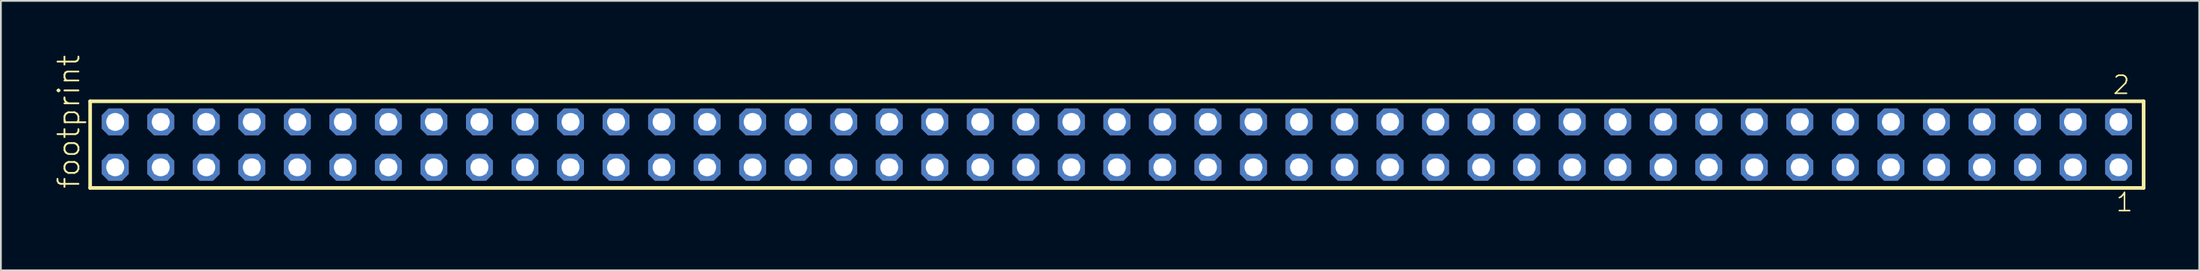
<source format=kicad_pcb>
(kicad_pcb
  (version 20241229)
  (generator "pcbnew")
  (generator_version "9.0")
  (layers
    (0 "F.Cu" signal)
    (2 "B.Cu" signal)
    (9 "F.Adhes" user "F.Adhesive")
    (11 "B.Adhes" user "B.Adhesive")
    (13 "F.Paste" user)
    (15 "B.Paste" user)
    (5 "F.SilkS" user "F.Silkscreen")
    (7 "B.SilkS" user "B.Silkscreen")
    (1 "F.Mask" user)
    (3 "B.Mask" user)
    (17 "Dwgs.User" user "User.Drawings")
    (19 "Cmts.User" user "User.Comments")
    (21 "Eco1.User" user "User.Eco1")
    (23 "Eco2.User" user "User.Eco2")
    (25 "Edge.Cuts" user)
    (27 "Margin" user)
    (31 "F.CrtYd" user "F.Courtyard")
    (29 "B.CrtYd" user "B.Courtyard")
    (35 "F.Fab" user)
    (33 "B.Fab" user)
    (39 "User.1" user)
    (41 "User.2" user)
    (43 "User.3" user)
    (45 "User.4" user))
  (footprint "footprint"
    (layer "F.Cu")
    (at 59.258 5.042)
    (property "Reference" "footprint" (at -57.785 2.54 90) (layer "F.SilkS") (effects (font (size 1.168 1.168) (thickness 0.102)) (justify left bottom)))
    (fp_line (start -57.279 -2.425) (end 57.279 -2.425) (stroke (width 0.203) (type solid)) (layer "F.SilkS"))
    (fp_line (start -57.279 2.425) (end -57.279 -2.425) (stroke (width 0.203) (type solid)) (layer "F.SilkS"))
    (fp_line (start 57.279 -2.425) (end 57.279 2.425) (stroke (width 0.203) (type solid)) (layer "F.SilkS"))
    (fp_line (start 57.279 2.425) (end -57.279 2.425) (stroke (width 0.203) (type solid)) (layer "F.SilkS"))
    (fp_poly (pts (xy -56.23 -0.92) (xy -55.53 -0.92) (xy -55.53 -1.62) (xy -56.23 -1.62)) (stroke (width 0.1) (type solid)) (fill no) (layer "F.Fab"))
    (fp_poly (pts (xy -56.23 1.62) (xy -55.53 1.62) (xy -55.53 0.92) (xy -56.23 0.92)) (stroke (width 0.1) (type solid)) (fill no) (layer "F.Fab"))
    (fp_poly (pts (xy -53.69 -0.92) (xy -52.99 -0.92) (xy -52.99 -1.62) (xy -53.69 -1.62)) (stroke (width 0.1) (type solid)) (fill no) (layer "F.Fab"))
    (fp_poly (pts (xy -53.69 1.62) (xy -52.99 1.62) (xy -52.99 0.92) (xy -53.69 0.92)) (stroke (width 0.1) (type solid)) (fill no) (layer "F.Fab"))
    (fp_poly (pts (xy -51.15 -0.92) (xy -50.45 -0.92) (xy -50.45 -1.62) (xy -51.15 -1.62)) (stroke (width 0.1) (type solid)) (fill no) (layer "F.Fab"))
    (fp_poly (pts (xy -51.15 1.62) (xy -50.45 1.62) (xy -50.45 0.92) (xy -51.15 0.92)) (stroke (width 0.1) (type solid)) (fill no) (layer "F.Fab"))
    (fp_poly (pts (xy -48.61 -0.92) (xy -47.91 -0.92) (xy -47.91 -1.62) (xy -48.61 -1.62)) (stroke (width 0.1) (type solid)) (fill no) (layer "F.Fab"))
    (fp_poly (pts (xy -48.61 1.62) (xy -47.91 1.62) (xy -47.91 0.92) (xy -48.61 0.92)) (stroke (width 0.1) (type solid)) (fill no) (layer "F.Fab"))
    (fp_poly (pts (xy -46.07 -0.92) (xy -45.37 -0.92) (xy -45.37 -1.62) (xy -46.07 -1.62)) (stroke (width 0.1) (type solid)) (fill no) (layer "F.Fab"))
    (fp_poly (pts (xy -46.07 1.62) (xy -45.37 1.62) (xy -45.37 0.92) (xy -46.07 0.92)) (stroke (width 0.1) (type solid)) (fill no) (layer "F.Fab"))
    (fp_poly (pts (xy -43.53 -0.92) (xy -42.83 -0.92) (xy -42.83 -1.62) (xy -43.53 -1.62)) (stroke (width 0.1) (type solid)) (fill no) (layer "F.Fab"))
    (fp_poly (pts (xy -43.53 1.62) (xy -42.83 1.62) (xy -42.83 0.92) (xy -43.53 0.92)) (stroke (width 0.1) (type solid)) (fill no) (layer "F.Fab"))
    (fp_poly (pts (xy -40.99 -0.92) (xy -40.29 -0.92) (xy -40.29 -1.62) (xy -40.99 -1.62)) (stroke (width 0.1) (type solid)) (fill no) (layer "F.Fab"))
    (fp_poly (pts (xy -40.99 1.62) (xy -40.29 1.62) (xy -40.29 0.92) (xy -40.99 0.92)) (stroke (width 0.1) (type solid)) (fill no) (layer "F.Fab"))
    (fp_poly (pts (xy -38.45 -0.92) (xy -37.75 -0.92) (xy -37.75 -1.62) (xy -38.45 -1.62)) (stroke (width 0.1) (type solid)) (fill no) (layer "F.Fab"))
    (fp_poly (pts (xy -38.45 1.62) (xy -37.75 1.62) (xy -37.75 0.92) (xy -38.45 0.92)) (stroke (width 0.1) (type solid)) (fill no) (layer "F.Fab"))
    (fp_poly (pts (xy -35.91 -0.92) (xy -35.21 -0.92) (xy -35.21 -1.62) (xy -35.91 -1.62)) (stroke (width 0.1) (type solid)) (fill no) (layer "F.Fab"))
    (fp_poly (pts (xy -35.91 1.62) (xy -35.21 1.62) (xy -35.21 0.92) (xy -35.91 0.92)) (stroke (width 0.1) (type solid)) (fill no) (layer "F.Fab"))
    (fp_poly (pts (xy -33.37 -0.92) (xy -32.67 -0.92) (xy -32.67 -1.62) (xy -33.37 -1.62)) (stroke (width 0.1) (type solid)) (fill no) (layer "F.Fab"))
    (fp_poly (pts (xy -33.37 1.62) (xy -32.67 1.62) (xy -32.67 0.92) (xy -33.37 0.92)) (stroke (width 0.1) (type solid)) (fill no) (layer "F.Fab"))
    (fp_poly (pts (xy -30.83 -0.92) (xy -30.13 -0.92) (xy -30.13 -1.62) (xy -30.83 -1.62)) (stroke (width 0.1) (type solid)) (fill no) (layer "F.Fab"))
    (fp_poly (pts (xy -30.83 1.62) (xy -30.13 1.62) (xy -30.13 0.92) (xy -30.83 0.92)) (stroke (width 0.1) (type solid)) (fill no) (layer "F.Fab"))
    (fp_poly (pts (xy -28.29 -0.92) (xy -27.59 -0.92) (xy -27.59 -1.62) (xy -28.29 -1.62)) (stroke (width 0.1) (type solid)) (fill no) (layer "F.Fab"))
    (fp_poly (pts (xy -28.29 1.62) (xy -27.59 1.62) (xy -27.59 0.92) (xy -28.29 0.92)) (stroke (width 0.1) (type solid)) (fill no) (layer "F.Fab"))
    (fp_poly (pts (xy -25.75 -0.92) (xy -25.05 -0.92) (xy -25.05 -1.62) (xy -25.75 -1.62)) (stroke (width 0.1) (type solid)) (fill no) (layer "F.Fab"))
    (fp_poly (pts (xy -25.75 1.62) (xy -25.05 1.62) (xy -25.05 0.92) (xy -25.75 0.92)) (stroke (width 0.1) (type solid)) (fill no) (layer "F.Fab"))
    (fp_poly (pts (xy -23.21 -0.92) (xy -22.51 -0.92) (xy -22.51 -1.62) (xy -23.21 -1.62)) (stroke (width 0.1) (type solid)) (fill no) (layer "F.Fab"))
    (fp_poly (pts (xy -23.21 1.62) (xy -22.51 1.62) (xy -22.51 0.92) (xy -23.21 0.92)) (stroke (width 0.1) (type solid)) (fill no) (layer "F.Fab"))
    (fp_poly (pts (xy -20.67 -0.92) (xy -19.97 -0.92) (xy -19.97 -1.62) (xy -20.67 -1.62)) (stroke (width 0.1) (type solid)) (fill no) (layer "F.Fab"))
    (fp_poly (pts (xy -20.67 1.62) (xy -19.97 1.62) (xy -19.97 0.92) (xy -20.67 0.92)) (stroke (width 0.1) (type solid)) (fill no) (layer "F.Fab"))
    (fp_poly (pts (xy -18.13 -0.92) (xy -17.43 -0.92) (xy -17.43 -1.62) (xy -18.13 -1.62)) (stroke (width 0.1) (type solid)) (fill no) (layer "F.Fab"))
    (fp_poly (pts (xy -18.13 1.62) (xy -17.43 1.62) (xy -17.43 0.92) (xy -18.13 0.92)) (stroke (width 0.1) (type solid)) (fill no) (layer "F.Fab"))
    (fp_poly (pts (xy -15.59 -0.92) (xy -14.89 -0.92) (xy -14.89 -1.62) (xy -15.59 -1.62)) (stroke (width 0.1) (type solid)) (fill no) (layer "F.Fab"))
    (fp_poly (pts (xy -15.59 1.62) (xy -14.89 1.62) (xy -14.89 0.92) (xy -15.59 0.92)) (stroke (width 0.1) (type solid)) (fill no) (layer "F.Fab"))
    (fp_poly (pts (xy -13.05 -0.92) (xy -12.35 -0.92) (xy -12.35 -1.62) (xy -13.05 -1.62)) (stroke (width 0.1) (type solid)) (fill no) (layer "F.Fab"))
    (fp_poly (pts (xy -13.05 1.62) (xy -12.35 1.62) (xy -12.35 0.92) (xy -13.05 0.92)) (stroke (width 0.1) (type solid)) (fill no) (layer "F.Fab"))
    (fp_poly (pts (xy -10.51 -0.92) (xy -9.81 -0.92) (xy -9.81 -1.62) (xy -10.51 -1.62)) (stroke (width 0.1) (type solid)) (fill no) (layer "F.Fab"))
    (fp_poly (pts (xy -10.51 1.62) (xy -9.81 1.62) (xy -9.81 0.92) (xy -10.51 0.92)) (stroke (width 0.1) (type solid)) (fill no) (layer "F.Fab"))
    (fp_poly (pts (xy -7.97 -0.92) (xy -7.27 -0.92) (xy -7.27 -1.62) (xy -7.97 -1.62)) (stroke (width 0.1) (type solid)) (fill no) (layer "F.Fab"))
    (fp_poly (pts (xy -7.97 1.62) (xy -7.27 1.62) (xy -7.27 0.92) (xy -7.97 0.92)) (stroke (width 0.1) (type solid)) (fill no) (layer "F.Fab"))
    (fp_poly (pts (xy -5.43 -0.92) (xy -4.73 -0.92) (xy -4.73 -1.62) (xy -5.43 -1.62)) (stroke (width 0.1) (type solid)) (fill no) (layer "F.Fab"))
    (fp_poly (pts (xy -5.43 1.62) (xy -4.73 1.62) (xy -4.73 0.92) (xy -5.43 0.92)) (stroke (width 0.1) (type solid)) (fill no) (layer "F.Fab"))
    (fp_poly (pts (xy -2.89 -0.92) (xy -2.19 -0.92) (xy -2.19 -1.62) (xy -2.89 -1.62)) (stroke (width 0.1) (type solid)) (fill no) (layer "F.Fab"))
    (fp_poly (pts (xy -2.89 1.62) (xy -2.19 1.62) (xy -2.19 0.92) (xy -2.89 0.92)) (stroke (width 0.1) (type solid)) (fill no) (layer "F.Fab"))
    (fp_poly (pts (xy -0.35 -0.92) (xy 0.35 -0.92) (xy 0.35 -1.62) (xy -0.35 -1.62)) (stroke (width 0.1) (type solid)) (fill no) (layer "F.Fab"))
    (fp_poly (pts (xy -0.35 1.62) (xy 0.35 1.62) (xy 0.35 0.92) (xy -0.35 0.92)) (stroke (width 0.1) (type solid)) (fill no) (layer "F.Fab"))
    (fp_poly (pts (xy 2.19 -0.92) (xy 2.89 -0.92) (xy 2.89 -1.62) (xy 2.19 -1.62)) (stroke (width 0.1) (type solid)) (fill no) (layer "F.Fab"))
    (fp_poly (pts (xy 2.19 1.62) (xy 2.89 1.62) (xy 2.89 0.92) (xy 2.19 0.92)) (stroke (width 0.1) (type solid)) (fill no) (layer "F.Fab"))
    (fp_poly (pts (xy 4.73 -0.92) (xy 5.43 -0.92) (xy 5.43 -1.62) (xy 4.73 -1.62)) (stroke (width 0.1) (type solid)) (fill no) (layer "F.Fab"))
    (fp_poly (pts (xy 4.73 1.62) (xy 5.43 1.62) (xy 5.43 0.92) (xy 4.73 0.92)) (stroke (width 0.1) (type solid)) (fill no) (layer "F.Fab"))
    (fp_poly (pts (xy 7.27 -0.92) (xy 7.97 -0.92) (xy 7.97 -1.62) (xy 7.27 -1.62)) (stroke (width 0.1) (type solid)) (fill no) (layer "F.Fab"))
    (fp_poly (pts (xy 7.27 1.62) (xy 7.97 1.62) (xy 7.97 0.92) (xy 7.27 0.92)) (stroke (width 0.1) (type solid)) (fill no) (layer "F.Fab"))
    (fp_poly (pts (xy 9.81 -0.92) (xy 10.51 -0.92) (xy 10.51 -1.62) (xy 9.81 -1.62)) (stroke (width 0.1) (type solid)) (fill no) (layer "F.Fab"))
    (fp_poly (pts (xy 9.81 1.62) (xy 10.51 1.62) (xy 10.51 0.92) (xy 9.81 0.92)) (stroke (width 0.1) (type solid)) (fill no) (layer "F.Fab"))
    (fp_poly (pts (xy 12.35 -0.92) (xy 13.05 -0.92) (xy 13.05 -1.62) (xy 12.35 -1.62)) (stroke (width 0.1) (type solid)) (fill no) (layer "F.Fab"))
    (fp_poly (pts (xy 12.35 1.62) (xy 13.05 1.62) (xy 13.05 0.92) (xy 12.35 0.92)) (stroke (width 0.1) (type solid)) (fill no) (layer "F.Fab"))
    (fp_poly (pts (xy 14.89 -0.92) (xy 15.59 -0.92) (xy 15.59 -1.62) (xy 14.89 -1.62)) (stroke (width 0.1) (type solid)) (fill no) (layer "F.Fab"))
    (fp_poly (pts (xy 14.89 1.62) (xy 15.59 1.62) (xy 15.59 0.92) (xy 14.89 0.92)) (stroke (width 0.1) (type solid)) (fill no) (layer "F.Fab"))
    (fp_poly (pts (xy 17.43 -0.92) (xy 18.13 -0.92) (xy 18.13 -1.62) (xy 17.43 -1.62)) (stroke (width 0.1) (type solid)) (fill no) (layer "F.Fab"))
    (fp_poly (pts (xy 17.43 1.62) (xy 18.13 1.62) (xy 18.13 0.92) (xy 17.43 0.92)) (stroke (width 0.1) (type solid)) (fill no) (layer "F.Fab"))
    (fp_poly (pts (xy 19.97 -0.92) (xy 20.67 -0.92) (xy 20.67 -1.62) (xy 19.97 -1.62)) (stroke (width 0.1) (type solid)) (fill no) (layer "F.Fab"))
    (fp_poly (pts (xy 19.97 1.62) (xy 20.67 1.62) (xy 20.67 0.92) (xy 19.97 0.92)) (stroke (width 0.1) (type solid)) (fill no) (layer "F.Fab"))
    (fp_poly (pts (xy 22.51 -0.92) (xy 23.21 -0.92) (xy 23.21 -1.62) (xy 22.51 -1.62)) (stroke (width 0.1) (type solid)) (fill no) (layer "F.Fab"))
    (fp_poly (pts (xy 22.51 1.62) (xy 23.21 1.62) (xy 23.21 0.92) (xy 22.51 0.92)) (stroke (width 0.1) (type solid)) (fill no) (layer "F.Fab"))
    (fp_poly (pts (xy 25.05 -0.92) (xy 25.75 -0.92) (xy 25.75 -1.62) (xy 25.05 -1.62)) (stroke (width 0.1) (type solid)) (fill no) (layer "F.Fab"))
    (fp_poly (pts (xy 25.05 1.62) (xy 25.75 1.62) (xy 25.75 0.92) (xy 25.05 0.92)) (stroke (width 0.1) (type solid)) (fill no) (layer "F.Fab"))
    (fp_poly (pts (xy 27.59 -0.92) (xy 28.29 -0.92) (xy 28.29 -1.62) (xy 27.59 -1.62)) (stroke (width 0.1) (type solid)) (fill no) (layer "F.Fab"))
    (fp_poly (pts (xy 27.59 1.62) (xy 28.29 1.62) (xy 28.29 0.92) (xy 27.59 0.92)) (stroke (width 0.1) (type solid)) (fill no) (layer "F.Fab"))
    (fp_poly (pts (xy 30.13 -0.92) (xy 30.83 -0.92) (xy 30.83 -1.62) (xy 30.13 -1.62)) (stroke (width 0.1) (type solid)) (fill no) (layer "F.Fab"))
    (fp_poly (pts (xy 30.13 1.62) (xy 30.83 1.62) (xy 30.83 0.92) (xy 30.13 0.92)) (stroke (width 0.1) (type solid)) (fill no) (layer "F.Fab"))
    (fp_poly (pts (xy 32.67 -0.92) (xy 33.37 -0.92) (xy 33.37 -1.62) (xy 32.67 -1.62)) (stroke (width 0.1) (type solid)) (fill no) (layer "F.Fab"))
    (fp_poly (pts (xy 32.67 1.62) (xy 33.37 1.62) (xy 33.37 0.92) (xy 32.67 0.92)) (stroke (width 0.1) (type solid)) (fill no) (layer "F.Fab"))
    (fp_poly (pts (xy 35.21 -0.92) (xy 35.91 -0.92) (xy 35.91 -1.62) (xy 35.21 -1.62)) (stroke (width 0.1) (type solid)) (fill no) (layer "F.Fab"))
    (fp_poly (pts (xy 35.21 1.62) (xy 35.91 1.62) (xy 35.91 0.92) (xy 35.21 0.92)) (stroke (width 0.1) (type solid)) (fill no) (layer "F.Fab"))
    (fp_poly (pts (xy 37.75 -0.92) (xy 38.45 -0.92) (xy 38.45 -1.62) (xy 37.75 -1.62)) (stroke (width 0.1) (type solid)) (fill no) (layer "F.Fab"))
    (fp_poly (pts (xy 37.75 1.62) (xy 38.45 1.62) (xy 38.45 0.92) (xy 37.75 0.92)) (stroke (width 0.1) (type solid)) (fill no) (layer "F.Fab"))
    (fp_poly (pts (xy 40.29 -0.92) (xy 40.99 -0.92) (xy 40.99 -1.62) (xy 40.29 -1.62)) (stroke (width 0.1) (type solid)) (fill no) (layer "F.Fab"))
    (fp_poly (pts (xy 40.29 1.62) (xy 40.99 1.62) (xy 40.99 0.92) (xy 40.29 0.92)) (stroke (width 0.1) (type solid)) (fill no) (layer "F.Fab"))
    (fp_poly (pts (xy 42.83 -0.92) (xy 43.53 -0.92) (xy 43.53 -1.62) (xy 42.83 -1.62)) (stroke (width 0.1) (type solid)) (fill no) (layer "F.Fab"))
    (fp_poly (pts (xy 42.83 1.62) (xy 43.53 1.62) (xy 43.53 0.92) (xy 42.83 0.92)) (stroke (width 0.1) (type solid)) (fill no) (layer "F.Fab"))
    (fp_poly (pts (xy 45.37 -0.92) (xy 46.07 -0.92) (xy 46.07 -1.62) (xy 45.37 -1.62)) (stroke (width 0.1) (type solid)) (fill no) (layer "F.Fab"))
    (fp_poly (pts (xy 45.37 1.62) (xy 46.07 1.62) (xy 46.07 0.92) (xy 45.37 0.92)) (stroke (width 0.1) (type solid)) (fill no) (layer "F.Fab"))
    (fp_poly (pts (xy 47.91 -0.92) (xy 48.61 -0.92) (xy 48.61 -1.62) (xy 47.91 -1.62)) (stroke (width 0.1) (type solid)) (fill no) (layer "F.Fab"))
    (fp_poly (pts (xy 47.91 1.62) (xy 48.61 1.62) (xy 48.61 0.92) (xy 47.91 0.92)) (stroke (width 0.1) (type solid)) (fill no) (layer "F.Fab"))
    (fp_poly (pts (xy 50.45 -0.92) (xy 51.15 -0.92) (xy 51.15 -1.62) (xy 50.45 -1.62)) (stroke (width 0.1) (type solid)) (fill no) (layer "F.Fab"))
    (fp_poly (pts (xy 50.45 1.62) (xy 51.15 1.62) (xy 51.15 0.92) (xy 50.45 0.92)) (stroke (width 0.1) (type solid)) (fill no) (layer "F.Fab"))
    (fp_poly (pts (xy 52.99 -0.92) (xy 53.69 -0.92) (xy 53.69 -1.62) (xy 52.99 -1.62)) (stroke (width 0.1) (type solid)) (fill no) (layer "F.Fab"))
    (fp_poly (pts (xy 52.99 1.62) (xy 53.69 1.62) (xy 53.69 0.92) (xy 52.99 0.92)) (stroke (width 0.1) (type solid)) (fill no) (layer "F.Fab"))
    (fp_poly (pts (xy 55.53 -0.92) (xy 56.23 -0.92) (xy 56.23 -1.62) (xy 55.53 -1.62)) (stroke (width 0.1) (type solid)) (fill no) (layer "F.Fab"))
    (fp_poly (pts (xy 55.53 1.62) (xy 56.23 1.62) (xy 56.23 0.92) (xy 55.53 0.92)) (stroke (width 0.1) (type solid)) (fill no) (layer "F.Fab"))
    (fp_text user "1" (at 55.672 3.818 0) (layer "F.SilkS") (effects (font (size 1.012 1.012) (thickness 0.088)) (justify left bottom)))
    (fp_text user "2" (at 55.497 -2.744 0) (layer "F.SilkS") (effects (font (size 1.012 1.012) (thickness 0.088)) (justify left bottom)))
    (pad "1" thru_hole roundrect (at 55.88 1.27 180) (size 1.5 1.5) (drill 1) (layers "*.Cu" "*.Mask") (roundrect_rratio 0.25) (chamfer_ratio 0.25) (chamfer top_left top_right bottom_left bottom_right))
    (pad "2" thru_hole roundrect (at 55.88 -1.27 180) (size 1.5 1.5) (drill 1) (layers "*.Cu" "*.Mask") (roundrect_rratio 0.25) (chamfer_ratio 0.25) (chamfer top_left top_right bottom_left bottom_right))
    (pad "3" thru_hole roundrect (at 53.34 1.27 180) (size 1.5 1.5) (drill 1) (layers "*.Cu" "*.Mask") (roundrect_rratio 0.25) (chamfer_ratio 0.25) (chamfer top_left top_right bottom_left bottom_right))
    (pad "4" thru_hole roundrect (at 53.34 -1.27 180) (size 1.5 1.5) (drill 1) (layers "*.Cu" "*.Mask") (roundrect_rratio 0.25) (chamfer_ratio 0.25) (chamfer top_left top_right bottom_left bottom_right))
    (pad "5" thru_hole roundrect (at 50.8 1.27 180) (size 1.5 1.5) (drill 1) (layers "*.Cu" "*.Mask") (roundrect_rratio 0.25) (chamfer_ratio 0.25) (chamfer top_left top_right bottom_left bottom_right))
    (pad "6" thru_hole roundrect (at 50.8 -1.27 180) (size 1.5 1.5) (drill 1) (layers "*.Cu" "*.Mask") (roundrect_rratio 0.25) (chamfer_ratio 0.25) (chamfer top_left top_right bottom_left bottom_right))
    (pad "7" thru_hole roundrect (at 48.26 1.27 180) (size 1.5 1.5) (drill 1) (layers "*.Cu" "*.Mask") (roundrect_rratio 0.25) (chamfer_ratio 0.25) (chamfer top_left top_right bottom_left bottom_right))
    (pad "8" thru_hole roundrect (at 48.26 -1.27 180) (size 1.5 1.5) (drill 1) (layers "*.Cu" "*.Mask") (roundrect_rratio 0.25) (chamfer_ratio 0.25) (chamfer top_left top_right bottom_left bottom_right))
    (pad "9" thru_hole roundrect (at 45.72 1.27 180) (size 1.5 1.5) (drill 1) (layers "*.Cu" "*.Mask") (roundrect_rratio 0.25) (chamfer_ratio 0.25) (chamfer top_left top_right bottom_left bottom_right))
    (pad "10" thru_hole roundrect (at 45.72 -1.27 180) (size 1.5 1.5) (drill 1) (layers "*.Cu" "*.Mask") (roundrect_rratio 0.25) (chamfer_ratio 0.25) (chamfer top_left top_right bottom_left bottom_right))
    (pad "11" thru_hole roundrect (at 43.18 1.27 180) (size 1.5 1.5) (drill 1) (layers "*.Cu" "*.Mask") (roundrect_rratio 0.25) (chamfer_ratio 0.25) (chamfer top_left top_right bottom_left bottom_right))
    (pad "12" thru_hole roundrect (at 43.18 -1.27 180) (size 1.5 1.5) (drill 1) (layers "*.Cu" "*.Mask") (roundrect_rratio 0.25) (chamfer_ratio 0.25) (chamfer top_left top_right bottom_left bottom_right))
    (pad "13" thru_hole roundrect (at 40.64 1.27 180) (size 1.5 1.5) (drill 1) (layers "*.Cu" "*.Mask") (roundrect_rratio 0.25) (chamfer_ratio 0.25) (chamfer top_left top_right bottom_left bottom_right))
    (pad "14" thru_hole roundrect (at 40.64 -1.27 180) (size 1.5 1.5) (drill 1) (layers "*.Cu" "*.Mask") (roundrect_rratio 0.25) (chamfer_ratio 0.25) (chamfer top_left top_right bottom_left bottom_right))
    (pad "15" thru_hole roundrect (at 38.1 1.27 180) (size 1.5 1.5) (drill 1) (layers "*.Cu" "*.Mask") (roundrect_rratio 0.25) (chamfer_ratio 0.25) (chamfer top_left top_right bottom_left bottom_right))
    (pad "16" thru_hole roundrect (at 38.1 -1.27 180) (size 1.5 1.5) (drill 1) (layers "*.Cu" "*.Mask") (roundrect_rratio 0.25) (chamfer_ratio 0.25) (chamfer top_left top_right bottom_left bottom_right))
    (pad "17" thru_hole roundrect (at 35.56 1.27 180) (size 1.5 1.5) (drill 1) (layers "*.Cu" "*.Mask") (roundrect_rratio 0.25) (chamfer_ratio 0.25) (chamfer top_left top_right bottom_left bottom_right))
    (pad "18" thru_hole roundrect (at 35.56 -1.27 180) (size 1.5 1.5) (drill 1) (layers "*.Cu" "*.Mask") (roundrect_rratio 0.25) (chamfer_ratio 0.25) (chamfer top_left top_right bottom_left bottom_right))
    (pad "19" thru_hole roundrect (at 33.02 1.27 180) (size 1.5 1.5) (drill 1) (layers "*.Cu" "*.Mask") (roundrect_rratio 0.25) (chamfer_ratio 0.25) (chamfer top_left top_right bottom_left bottom_right))
    (pad "20" thru_hole roundrect (at 33.02 -1.27 180) (size 1.5 1.5) (drill 1) (layers "*.Cu" "*.Mask") (roundrect_rratio 0.25) (chamfer_ratio 0.25) (chamfer top_left top_right bottom_left bottom_right))
    (pad "21" thru_hole roundrect (at 30.48 1.27 180) (size 1.5 1.5) (drill 1) (layers "*.Cu" "*.Mask") (roundrect_rratio 0.25) (chamfer_ratio 0.25) (chamfer top_left top_right bottom_left bottom_right))
    (pad "22" thru_hole roundrect (at 30.48 -1.27 180) (size 1.5 1.5) (drill 1) (layers "*.Cu" "*.Mask") (roundrect_rratio 0.25) (chamfer_ratio 0.25) (chamfer top_left top_right bottom_left bottom_right))
    (pad "23" thru_hole roundrect (at 27.94 1.27 180) (size 1.5 1.5) (drill 1) (layers "*.Cu" "*.Mask") (roundrect_rratio 0.25) (chamfer_ratio 0.25) (chamfer top_left top_right bottom_left bottom_right))
    (pad "24" thru_hole roundrect (at 27.94 -1.27 180) (size 1.5 1.5) (drill 1) (layers "*.Cu" "*.Mask") (roundrect_rratio 0.25) (chamfer_ratio 0.25) (chamfer top_left top_right bottom_left bottom_right))
    (pad "25" thru_hole roundrect (at 25.4 1.27 180) (size 1.5 1.5) (drill 1) (layers "*.Cu" "*.Mask") (roundrect_rratio 0.25) (chamfer_ratio 0.25) (chamfer top_left top_right bottom_left bottom_right))
    (pad "26" thru_hole roundrect (at 25.4 -1.27 180) (size 1.5 1.5) (drill 1) (layers "*.Cu" "*.Mask") (roundrect_rratio 0.25) (chamfer_ratio 0.25) (chamfer top_left top_right bottom_left bottom_right))
    (pad "27" thru_hole roundrect (at 22.86 1.27 180) (size 1.5 1.5) (drill 1) (layers "*.Cu" "*.Mask") (roundrect_rratio 0.25) (chamfer_ratio 0.25) (chamfer top_left top_right bottom_left bottom_right))
    (pad "28" thru_hole roundrect (at 22.86 -1.27 180) (size 1.5 1.5) (drill 1) (layers "*.Cu" "*.Mask") (roundrect_rratio 0.25) (chamfer_ratio 0.25) (chamfer top_left top_right bottom_left bottom_right))
    (pad "29" thru_hole roundrect (at 20.32 1.27 180) (size 1.5 1.5) (drill 1) (layers "*.Cu" "*.Mask") (roundrect_rratio 0.25) (chamfer_ratio 0.25) (chamfer top_left top_right bottom_left bottom_right))
    (pad "30" thru_hole roundrect (at 20.32 -1.27 180) (size 1.5 1.5) (drill 1) (layers "*.Cu" "*.Mask") (roundrect_rratio 0.25) (chamfer_ratio 0.25) (chamfer top_left top_right bottom_left bottom_right))
    (pad "31" thru_hole roundrect (at 17.78 1.27 180) (size 1.5 1.5) (drill 1) (layers "*.Cu" "*.Mask") (roundrect_rratio 0.25) (chamfer_ratio 0.25) (chamfer top_left top_right bottom_left bottom_right))
    (pad "32" thru_hole roundrect (at 17.78 -1.27 180) (size 1.5 1.5) (drill 1) (layers "*.Cu" "*.Mask") (roundrect_rratio 0.25) (chamfer_ratio 0.25) (chamfer top_left top_right bottom_left bottom_right))
    (pad "33" thru_hole roundrect (at 15.24 1.27 180) (size 1.5 1.5) (drill 1) (layers "*.Cu" "*.Mask") (roundrect_rratio 0.25) (chamfer_ratio 0.25) (chamfer top_left top_right bottom_left bottom_right))
    (pad "34" thru_hole roundrect (at 15.24 -1.27 180) (size 1.5 1.5) (drill 1) (layers "*.Cu" "*.Mask") (roundrect_rratio 0.25) (chamfer_ratio 0.25) (chamfer top_left top_right bottom_left bottom_right))
    (pad "35" thru_hole roundrect (at 12.7 1.27 180) (size 1.5 1.5) (drill 1) (layers "*.Cu" "*.Mask") (roundrect_rratio 0.25) (chamfer_ratio 0.25) (chamfer top_left top_right bottom_left bottom_right))
    (pad "36" thru_hole roundrect (at 12.7 -1.27 180) (size 1.5 1.5) (drill 1) (layers "*.Cu" "*.Mask") (roundrect_rratio 0.25) (chamfer_ratio 0.25) (chamfer top_left top_right bottom_left bottom_right))
    (pad "37" thru_hole roundrect (at 10.16 1.27 180) (size 1.5 1.5) (drill 1) (layers "*.Cu" "*.Mask") (roundrect_rratio 0.25) (chamfer_ratio 0.25) (chamfer top_left top_right bottom_left bottom_right))
    (pad "38" thru_hole roundrect (at 10.16 -1.27 180) (size 1.5 1.5) (drill 1) (layers "*.Cu" "*.Mask") (roundrect_rratio 0.25) (chamfer_ratio 0.25) (chamfer top_left top_right bottom_left bottom_right))
    (pad "39" thru_hole roundrect (at 7.62 1.27 180) (size 1.5 1.5) (drill 1) (layers "*.Cu" "*.Mask") (roundrect_rratio 0.25) (chamfer_ratio 0.25) (chamfer top_left top_right bottom_left bottom_right))
    (pad "40" thru_hole roundrect (at 7.62 -1.27 180) (size 1.5 1.5) (drill 1) (layers "*.Cu" "*.Mask") (roundrect_rratio 0.25) (chamfer_ratio 0.25) (chamfer top_left top_right bottom_left bottom_right))
    (pad "41" thru_hole roundrect (at 5.08 1.27 180) (size 1.5 1.5) (drill 1) (layers "*.Cu" "*.Mask") (roundrect_rratio 0.25) (chamfer_ratio 0.25) (chamfer top_left top_right bottom_left bottom_right))
    (pad "42" thru_hole roundrect (at 5.08 -1.27 180) (size 1.5 1.5) (drill 1) (layers "*.Cu" "*.Mask") (roundrect_rratio 0.25) (chamfer_ratio 0.25) (chamfer top_left top_right bottom_left bottom_right))
    (pad "43" thru_hole roundrect (at 2.54 1.27 180) (size 1.5 1.5) (drill 1) (layers "*.Cu" "*.Mask") (roundrect_rratio 0.25) (chamfer_ratio 0.25) (chamfer top_left top_right bottom_left bottom_right))
    (pad "44" thru_hole roundrect (at 2.54 -1.27 180) (size 1.5 1.5) (drill 1) (layers "*.Cu" "*.Mask") (roundrect_rratio 0.25) (chamfer_ratio 0.25) (chamfer top_left top_right bottom_left bottom_right))
    (pad "45" thru_hole roundrect (at 0 1.27 180) (size 1.5 1.5) (drill 1) (layers "*.Cu" "*.Mask") (roundrect_rratio 0.25) (chamfer_ratio 0.25) (chamfer top_left top_right bottom_left bottom_right))
    (pad "46" thru_hole roundrect (at 0 -1.27 180) (size 1.5 1.5) (drill 1) (layers "*.Cu" "*.Mask") (roundrect_rratio 0.25) (chamfer_ratio 0.25) (chamfer top_left top_right bottom_left bottom_right))
    (pad "47" thru_hole roundrect (at -2.54 1.27 180) (size 1.5 1.5) (drill 1) (layers "*.Cu" "*.Mask") (roundrect_rratio 0.25) (chamfer_ratio 0.25) (chamfer top_left top_right bottom_left bottom_right))
    (pad "48" thru_hole roundrect (at -2.54 -1.27 180) (size 1.5 1.5) (drill 1) (layers "*.Cu" "*.Mask") (roundrect_rratio 0.25) (chamfer_ratio 0.25) (chamfer top_left top_right bottom_left bottom_right))
    (pad "49" thru_hole roundrect (at -5.08 1.27 180) (size 1.5 1.5) (drill 1) (layers "*.Cu" "*.Mask") (roundrect_rratio 0.25) (chamfer_ratio 0.25) (chamfer top_left top_right bottom_left bottom_right))
    (pad "50" thru_hole roundrect (at -5.08 -1.27 180) (size 1.5 1.5) (drill 1) (layers "*.Cu" "*.Mask") (roundrect_rratio 0.25) (chamfer_ratio 0.25) (chamfer top_left top_right bottom_left bottom_right))
    (pad "51" thru_hole roundrect (at -7.62 1.27 180) (size 1.5 1.5) (drill 1) (layers "*.Cu" "*.Mask") (roundrect_rratio 0.25) (chamfer_ratio 0.25) (chamfer top_left top_right bottom_left bottom_right))
    (pad "52" thru_hole roundrect (at -7.62 -1.27 180) (size 1.5 1.5) (drill 1) (layers "*.Cu" "*.Mask") (roundrect_rratio 0.25) (chamfer_ratio 0.25) (chamfer top_left top_right bottom_left bottom_right))
    (pad "53" thru_hole roundrect (at -10.16 1.27 180) (size 1.5 1.5) (drill 1) (layers "*.Cu" "*.Mask") (roundrect_rratio 0.25) (chamfer_ratio 0.25) (chamfer top_left top_right bottom_left bottom_right))
    (pad "54" thru_hole roundrect (at -10.16 -1.27 180) (size 1.5 1.5) (drill 1) (layers "*.Cu" "*.Mask") (roundrect_rratio 0.25) (chamfer_ratio 0.25) (chamfer top_left top_right bottom_left bottom_right))
    (pad "55" thru_hole roundrect (at -12.7 1.27 180) (size 1.5 1.5) (drill 1) (layers "*.Cu" "*.Mask") (roundrect_rratio 0.25) (chamfer_ratio 0.25) (chamfer top_left top_right bottom_left bottom_right))
    (pad "56" thru_hole roundrect (at -12.7 -1.27 180) (size 1.5 1.5) (drill 1) (layers "*.Cu" "*.Mask") (roundrect_rratio 0.25) (chamfer_ratio 0.25) (chamfer top_left top_right bottom_left bottom_right))
    (pad "57" thru_hole roundrect (at -15.24 1.27 180) (size 1.5 1.5) (drill 1) (layers "*.Cu" "*.Mask") (roundrect_rratio 0.25) (chamfer_ratio 0.25) (chamfer top_left top_right bottom_left bottom_right))
    (pad "58" thru_hole roundrect (at -15.24 -1.27 180) (size 1.5 1.5) (drill 1) (layers "*.Cu" "*.Mask") (roundrect_rratio 0.25) (chamfer_ratio 0.25) (chamfer top_left top_right bottom_left bottom_right))
    (pad "59" thru_hole roundrect (at -17.78 1.27 180) (size 1.5 1.5) (drill 1) (layers "*.Cu" "*.Mask") (roundrect_rratio 0.25) (chamfer_ratio 0.25) (chamfer top_left top_right bottom_left bottom_right))
    (pad "60" thru_hole roundrect (at -17.78 -1.27 180) (size 1.5 1.5) (drill 1) (layers "*.Cu" "*.Mask") (roundrect_rratio 0.25) (chamfer_ratio 0.25) (chamfer top_left top_right bottom_left bottom_right))
    (pad "61" thru_hole roundrect (at -20.32 1.27 180) (size 1.5 1.5) (drill 1) (layers "*.Cu" "*.Mask") (roundrect_rratio 0.25) (chamfer_ratio 0.25) (chamfer top_left top_right bottom_left bottom_right))
    (pad "62" thru_hole roundrect (at -20.32 -1.27 180) (size 1.5 1.5) (drill 1) (layers "*.Cu" "*.Mask") (roundrect_rratio 0.25) (chamfer_ratio 0.25) (chamfer top_left top_right bottom_left bottom_right))
    (pad "63" thru_hole roundrect (at -22.86 1.27 180) (size 1.5 1.5) (drill 1) (layers "*.Cu" "*.Mask") (roundrect_rratio 0.25) (chamfer_ratio 0.25) (chamfer top_left top_right bottom_left bottom_right))
    (pad "64" thru_hole roundrect (at -22.86 -1.27 180) (size 1.5 1.5) (drill 1) (layers "*.Cu" "*.Mask") (roundrect_rratio 0.25) (chamfer_ratio 0.25) (chamfer top_left top_right bottom_left bottom_right))
    (pad "65" thru_hole roundrect (at -25.4 1.27 180) (size 1.5 1.5) (drill 1) (layers "*.Cu" "*.Mask") (roundrect_rratio 0.25) (chamfer_ratio 0.25) (chamfer top_left top_right bottom_left bottom_right))
    (pad "66" thru_hole roundrect (at -25.4 -1.27 180) (size 1.5 1.5) (drill 1) (layers "*.Cu" "*.Mask") (roundrect_rratio 0.25) (chamfer_ratio 0.25) (chamfer top_left top_right bottom_left bottom_right))
    (pad "67" thru_hole roundrect (at -27.94 1.27 180) (size 1.5 1.5) (drill 1) (layers "*.Cu" "*.Mask") (roundrect_rratio 0.25) (chamfer_ratio 0.25) (chamfer top_left top_right bottom_left bottom_right))
    (pad "68" thru_hole roundrect (at -27.94 -1.27 180) (size 1.5 1.5) (drill 1) (layers "*.Cu" "*.Mask") (roundrect_rratio 0.25) (chamfer_ratio 0.25) (chamfer top_left top_right bottom_left bottom_right))
    (pad "69" thru_hole roundrect (at -30.48 1.27 180) (size 1.5 1.5) (drill 1) (layers "*.Cu" "*.Mask") (roundrect_rratio 0.25) (chamfer_ratio 0.25) (chamfer top_left top_right bottom_left bottom_right))
    (pad "70" thru_hole roundrect (at -30.48 -1.27 180) (size 1.5 1.5) (drill 1) (layers "*.Cu" "*.Mask") (roundrect_rratio 0.25) (chamfer_ratio 0.25) (chamfer top_left top_right bottom_left bottom_right))
    (pad "71" thru_hole roundrect (at -33.02 1.27 180) (size 1.5 1.5) (drill 1) (layers "*.Cu" "*.Mask") (roundrect_rratio 0.25) (chamfer_ratio 0.25) (chamfer top_left top_right bottom_left bottom_right))
    (pad "72" thru_hole roundrect (at -33.02 -1.27 180) (size 1.5 1.5) (drill 1) (layers "*.Cu" "*.Mask") (roundrect_rratio 0.25) (chamfer_ratio 0.25) (chamfer top_left top_right bottom_left bottom_right))
    (pad "73" thru_hole roundrect (at -35.56 1.27 180) (size 1.5 1.5) (drill 1) (layers "*.Cu" "*.Mask") (roundrect_rratio 0.25) (chamfer_ratio 0.25) (chamfer top_left top_right bottom_left bottom_right))
    (pad "74" thru_hole roundrect (at -35.56 -1.27 180) (size 1.5 1.5) (drill 1) (layers "*.Cu" "*.Mask") (roundrect_rratio 0.25) (chamfer_ratio 0.25) (chamfer top_left top_right bottom_left bottom_right))
    (pad "75" thru_hole roundrect (at -38.1 1.27 180) (size 1.5 1.5) (drill 1) (layers "*.Cu" "*.Mask") (roundrect_rratio 0.25) (chamfer_ratio 0.25) (chamfer top_left top_right bottom_left bottom_right))
    (pad "76" thru_hole roundrect (at -38.1 -1.27 180) (size 1.5 1.5) (drill 1) (layers "*.Cu" "*.Mask") (roundrect_rratio 0.25) (chamfer_ratio 0.25) (chamfer top_left top_right bottom_left bottom_right))
    (pad "77" thru_hole roundrect (at -40.64 1.27 180) (size 1.5 1.5) (drill 1) (layers "*.Cu" "*.Mask") (roundrect_rratio 0.25) (chamfer_ratio 0.25) (chamfer top_left top_right bottom_left bottom_right))
    (pad "78" thru_hole roundrect (at -40.64 -1.27 180) (size 1.5 1.5) (drill 1) (layers "*.Cu" "*.Mask") (roundrect_rratio 0.25) (chamfer_ratio 0.25) (chamfer top_left top_right bottom_left bottom_right))
    (pad "79" thru_hole roundrect (at -43.18 1.27 180) (size 1.5 1.5) (drill 1) (layers "*.Cu" "*.Mask") (roundrect_rratio 0.25) (chamfer_ratio 0.25) (chamfer top_left top_right bottom_left bottom_right))
    (pad "80" thru_hole roundrect (at -43.18 -1.27 180) (size 1.5 1.5) (drill 1) (layers "*.Cu" "*.Mask") (roundrect_rratio 0.25) (chamfer_ratio 0.25) (chamfer top_left top_right bottom_left bottom_right))
    (pad "81" thru_hole roundrect (at -45.72 1.27 180) (size 1.5 1.5) (drill 1) (layers "*.Cu" "*.Mask") (roundrect_rratio 0.25) (chamfer_ratio 0.25) (chamfer top_left top_right bottom_left bottom_right))
    (pad "82" thru_hole roundrect (at -45.72 -1.27 180) (size 1.5 1.5) (drill 1) (layers "*.Cu" "*.Mask") (roundrect_rratio 0.25) (chamfer_ratio 0.25) (chamfer top_left top_right bottom_left bottom_right))
    (pad "83" thru_hole roundrect (at -48.26 1.27 180) (size 1.5 1.5) (drill 1) (layers "*.Cu" "*.Mask") (roundrect_rratio 0.25) (chamfer_ratio 0.25) (chamfer top_left top_right bottom_left bottom_right))
    (pad "84" thru_hole roundrect (at -48.26 -1.27 180) (size 1.5 1.5) (drill 1) (layers "*.Cu" "*.Mask") (roundrect_rratio 0.25) (chamfer_ratio 0.25) (chamfer top_left top_right bottom_left bottom_right))
    (pad "85" thru_hole roundrect (at -50.8 1.27 180) (size 1.5 1.5) (drill 1) (layers "*.Cu" "*.Mask") (roundrect_rratio 0.25) (chamfer_ratio 0.25) (chamfer top_left top_right bottom_left bottom_right))
    (pad "86" thru_hole roundrect (at -50.8 -1.27 180) (size 1.5 1.5) (drill 1) (layers "*.Cu" "*.Mask") (roundrect_rratio 0.25) (chamfer_ratio 0.25) (chamfer top_left top_right bottom_left bottom_right))
    (pad "87" thru_hole roundrect (at -53.34 1.27 180) (size 1.5 1.5) (drill 1) (layers "*.Cu" "*.Mask") (roundrect_rratio 0.25) (chamfer_ratio 0.25) (chamfer top_left top_right bottom_left bottom_right))
    (pad "88" thru_hole roundrect (at -53.34 -1.27 180) (size 1.5 1.5) (drill 1) (layers "*.Cu" "*.Mask") (roundrect_rratio 0.25) (chamfer_ratio 0.25) (chamfer top_left top_right bottom_left bottom_right))
    (pad "89" thru_hole roundrect (at -55.88 1.27 180) (size 1.5 1.5) (drill 1) (layers "*.Cu" "*.Mask") (roundrect_rratio 0.25) (chamfer_ratio 0.25) (chamfer top_left top_right bottom_left bottom_right))
    (pad "90" thru_hole roundrect (at -55.88 -1.27 180) (size 1.5 1.5) (drill 1) (layers "*.Cu" "*.Mask") (roundrect_rratio 0.25) (chamfer_ratio 0.25) (chamfer top_left top_right bottom_left bottom_right)))
  (gr_rect
    (start -3 -3)
    (end 119.639 12.077)
    (stroke (width 0.1) (type default))
    (fill no)
    (layer "Edge.Cuts")))
</source>
